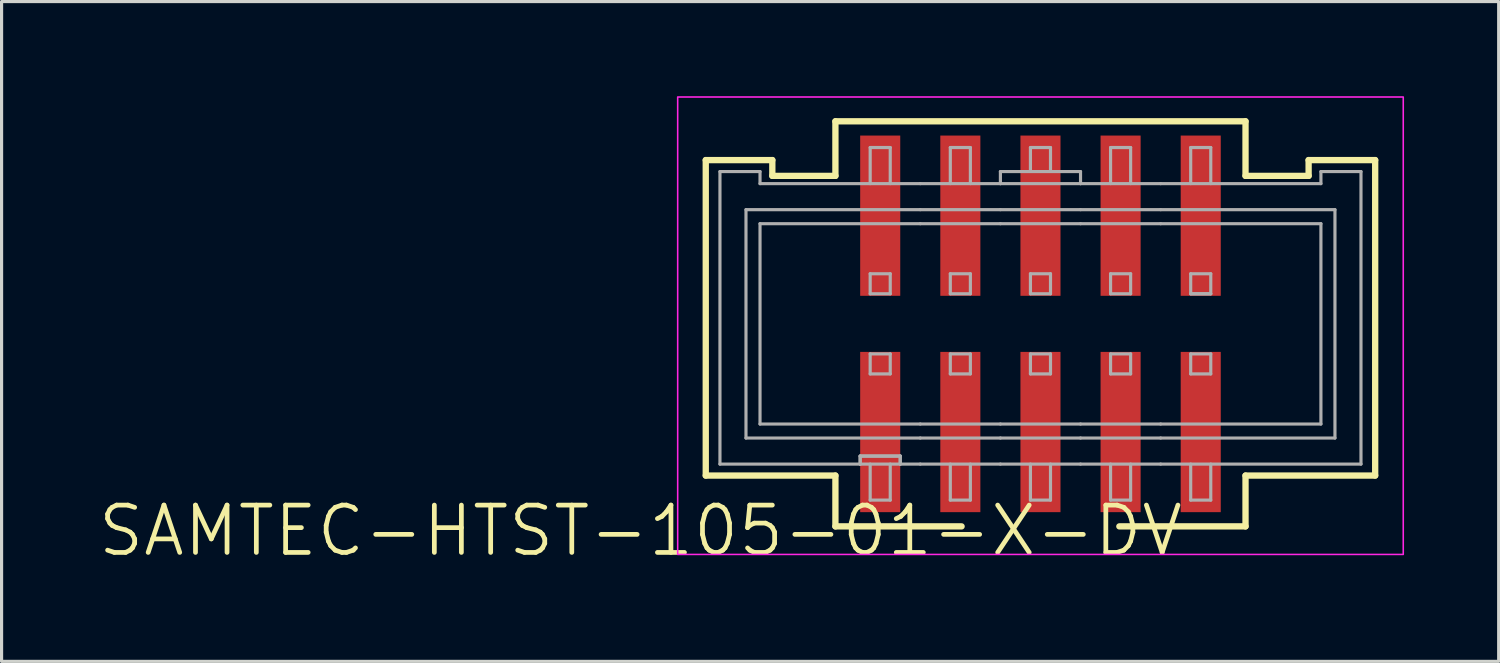
<source format=kicad_pcb>
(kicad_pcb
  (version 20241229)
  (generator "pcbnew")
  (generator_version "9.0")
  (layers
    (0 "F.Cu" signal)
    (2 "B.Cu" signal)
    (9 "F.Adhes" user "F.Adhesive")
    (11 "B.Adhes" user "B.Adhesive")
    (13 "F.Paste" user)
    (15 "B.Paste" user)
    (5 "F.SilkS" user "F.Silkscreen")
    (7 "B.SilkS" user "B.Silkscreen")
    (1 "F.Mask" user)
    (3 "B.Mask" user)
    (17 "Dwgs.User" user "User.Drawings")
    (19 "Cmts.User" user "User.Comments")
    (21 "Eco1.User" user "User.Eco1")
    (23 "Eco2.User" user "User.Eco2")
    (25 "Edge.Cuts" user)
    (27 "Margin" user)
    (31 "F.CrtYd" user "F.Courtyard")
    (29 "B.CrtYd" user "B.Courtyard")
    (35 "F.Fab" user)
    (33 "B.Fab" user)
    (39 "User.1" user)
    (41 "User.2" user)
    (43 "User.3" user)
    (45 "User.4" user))
  (footprint "SAMTEC-HTST-105-01-X-DV"
    (layer "F.Cu")
    (at 29.932 7.025)
    (property "Reference" "SAMTEC-HTST-105-01-X-DV" (at -12.678 6.75 0) (layer "F.SilkS") (effects (font (size 1.5 1.5) (thickness 0.15))))
    (attr smd)
    (fp_poly (pts (xy -5.766 -5.829) (xy -4.394 -5.829) (xy -4.394 -0.647) (xy -5.766 -0.647)) (stroke (width 0.01) (type solid)) (fill yes) (layer "F.Mask"))
    (fp_poly (pts (xy -5.766 1.029) (xy -4.394 1.029) (xy -4.394 6.211) (xy -5.766 6.211)) (stroke (width 0.01) (type solid)) (fill yes) (layer "F.Mask"))
    (fp_poly (pts (xy -3.226 -5.829) (xy -1.854 -5.829) (xy -1.854 -0.647) (xy -3.226 -0.647)) (stroke (width 0.01) (type solid)) (fill yes) (layer "F.Mask"))
    (fp_poly (pts (xy -3.226 1.029) (xy -1.854 1.029) (xy -1.854 6.211) (xy -3.226 6.211)) (stroke (width 0.01) (type solid)) (fill yes) (layer "F.Mask"))
    (fp_poly (pts (xy -0.686 -5.829) (xy 0.686 -5.829) (xy 0.686 -0.647) (xy -0.686 -0.647)) (stroke (width 0.01) (type solid)) (fill yes) (layer "F.Mask"))
    (fp_poly (pts (xy -0.686 1.029) (xy 0.686 1.029) (xy 0.686 6.211) (xy -0.686 6.211)) (stroke (width 0.01) (type solid)) (fill yes) (layer "F.Mask"))
    (fp_poly (pts (xy 1.854 -5.829) (xy 3.226 -5.829) (xy 3.226 -0.647) (xy 1.854 -0.647)) (stroke (width 0.01) (type solid)) (fill yes) (layer "F.Mask"))
    (fp_poly (pts (xy 1.854 1.029) (xy 3.226 1.029) (xy 3.226 6.211) (xy 1.854 6.211)) (stroke (width 0.01) (type solid)) (fill yes) (layer "F.Mask"))
    (fp_poly (pts (xy 4.394 -5.829) (xy 5.766 -5.829) (xy 5.766 -0.647) (xy 4.394 -0.647)) (stroke (width 0.01) (type solid)) (fill yes) (layer "F.Mask"))
    (fp_poly (pts (xy 4.394 1.029) (xy 5.766 1.029) (xy 5.766 6.211) (xy 4.394 6.211)) (stroke (width 0.01) (type solid)) (fill yes) (layer "F.Mask"))
    (fp_line (start -10.61 -5) (end -10.61 5) (stroke (width 0.2) (type solid)) (layer "F.SilkS"))
    (fp_line (start -10.61 -5) (end -8.5 -5) (stroke (width 0.2) (type solid)) (layer "F.SilkS"))
    (fp_line (start -10.61 5) (end -6.5 5) (stroke (width 0.2) (type solid)) (layer "F.SilkS"))
    (fp_line (start -8.5 -4.5) (end -8.5 -5) (stroke (width 0.2) (type solid)) (layer "F.SilkS"))
    (fp_line (start -8.5 -4.5) (end -6.5 -4.5) (stroke (width 0.2) (type solid)) (layer "F.SilkS"))
    (fp_line (start -6.5 -4.5) (end -6.5 -6.23) (stroke (width 0.2) (type solid)) (layer "F.SilkS"))
    (fp_line (start -6.5 6.611) (end -6.5 5) (stroke (width 0.2) (type solid)) (layer "F.SilkS"))
    (fp_line (start -6.5 6.611) (end -2.5 6.611) (stroke (width 0.2) (type solid)) (layer "F.SilkS"))
    (fp_line (start 2.5 6.611) (end 6.5 6.611) (stroke (width 0.2) (type solid)) (layer "F.SilkS"))
    (fp_line (start 6.5 -6.23) (end -6.5 -6.23) (stroke (width 0.2) (type solid)) (layer "F.SilkS"))
    (fp_line (start 6.5 -4.5) (end 6.5 -6.23) (stroke (width 0.2) (type solid)) (layer "F.SilkS"))
    (fp_line (start 6.5 -4.5) (end 8.5 -4.5) (stroke (width 0.2) (type solid)) (layer "F.SilkS"))
    (fp_line (start 6.5 5) (end 10.61 5) (stroke (width 0.2) (type solid)) (layer "F.SilkS"))
    (fp_line (start 6.5 6.611) (end 6.5 5) (stroke (width 0.2) (type solid)) (layer "F.SilkS"))
    (fp_line (start 8.5 -5) (end 10.61 -5) (stroke (width 0.2) (type solid)) (layer "F.SilkS"))
    (fp_line (start 8.5 -4.5) (end 8.5 -5) (stroke (width 0.2) (type solid)) (layer "F.SilkS"))
    (fp_line (start 10.61 5) (end 10.61 -5) (stroke (width 0.2) (type solid)) (layer "F.SilkS"))
    (fp_poly (pts (xy -5.715 -5.778) (xy -4.445 -5.778) (xy -4.445 -0.698) (xy -5.715 -0.698)) (stroke (width 0.01) (type solid)) (fill yes) (layer "F.Paste"))
    (fp_poly (pts (xy -5.715 1.08) (xy -4.445 1.08) (xy -4.445 6.16) (xy -5.715 6.16)) (stroke (width 0.01) (type solid)) (fill yes) (layer "F.Paste"))
    (fp_poly (pts (xy -3.175 -5.778) (xy -1.905 -5.778) (xy -1.905 -0.698) (xy -3.175 -0.698)) (stroke (width 0.01) (type solid)) (fill yes) (layer "F.Paste"))
    (fp_poly (pts (xy -3.175 1.08) (xy -1.905 1.08) (xy -1.905 6.16) (xy -3.175 6.16)) (stroke (width 0.01) (type solid)) (fill yes) (layer "F.Paste"))
    (fp_poly (pts (xy -0.635 -5.778) (xy 0.635 -5.778) (xy 0.635 -0.698) (xy -0.635 -0.698)) (stroke (width 0.01) (type solid)) (fill yes) (layer "F.Paste"))
    (fp_poly (pts (xy -0.635 1.08) (xy 0.635 1.08) (xy 0.635 6.16) (xy -0.635 6.16)) (stroke (width 0.01) (type solid)) (fill yes) (layer "F.Paste"))
    (fp_poly (pts (xy 1.905 -5.778) (xy 3.175 -5.778) (xy 3.175 -0.698) (xy 1.905 -0.698)) (stroke (width 0.01) (type solid)) (fill yes) (layer "F.Paste"))
    (fp_poly (pts (xy 1.905 1.08) (xy 3.175 1.08) (xy 3.175 6.16) (xy 1.905 6.16)) (stroke (width 0.01) (type solid)) (fill yes) (layer "F.Paste"))
    (fp_poly (pts (xy 4.445 -5.778) (xy 5.715 -5.778) (xy 5.715 -0.698) (xy 4.445 -0.698)) (stroke (width 0.01) (type solid)) (fill yes) (layer "F.Paste"))
    (fp_poly (pts (xy 4.445 1.08) (xy 5.715 1.08) (xy 5.715 6.16) (xy 4.445 6.16)) (stroke (width 0.01) (type solid)) (fill yes) (layer "F.Paste"))
    (fp_rect (start -11.5 -7) (end 11.5 7.5) (stroke (width 0.05) (type default)) (fill no) (layer "F.CrtYd"))
    (fp_line (start -10.16 -4.636) (end -10.16 4.636) (stroke (width 0.1) (type solid)) (layer "F.Fab"))
    (fp_line (start -9.335 -3.429) (end -9.335 3.81) (stroke (width 0.1) (type solid)) (layer "F.Fab"))
    (fp_line (start -9.335 3.81) (end -3.81 3.81) (stroke (width 0.1) (type solid)) (layer "F.Fab"))
    (fp_line (start -8.89 -4.636) (end -10.16 -4.636) (stroke (width 0.1) (type solid)) (layer "F.Fab"))
    (fp_line (start -8.89 -4.254) (end -8.89 -4.636) (stroke (width 0.1) (type solid)) (layer "F.Fab"))
    (fp_line (start -8.89 -2.984) (end -8.89 3.366) (stroke (width 0.1) (type solid)) (layer "F.Fab"))
    (fp_line (start -8.89 3.366) (end -3.81 3.366) (stroke (width 0.1) (type solid)) (layer "F.Fab"))
    (fp_line (start -5.715 4.382) (end -5.715 4.636) (stroke (width 0.1) (type solid)) (layer "F.Fab"))
    (fp_line (start -5.715 4.382) (end -5.715 4.636) (stroke (width 0.1) (type solid)) (layer "F.Fab"))
    (fp_line (start -5.715 4.636) (end -10.16 4.636) (stroke (width 0.1) (type solid)) (layer "F.Fab"))
    (fp_line (start -5.398 -5.398) (end -4.762 -5.398) (stroke (width 0.1) (type solid)) (layer "F.Fab"))
    (fp_line (start -5.398 -4.254) (end -5.398 -5.398) (stroke (width 0.1) (type solid)) (layer "F.Fab"))
    (fp_line (start -5.398 -1.397) (end -5.398 -0.762) (stroke (width 0.1) (type solid)) (layer "F.Fab"))
    (fp_line (start -5.398 1.143) (end -5.398 1.778) (stroke (width 0.1) (type solid)) (layer "F.Fab"))
    (fp_line (start -5.398 4.636) (end -5.398 5.778) (stroke (width 0.1) (type solid)) (layer "F.Fab"))
    (fp_line (start -5.398 5.778) (end -4.762 5.778) (stroke (width 0.1) (type solid)) (layer "F.Fab"))
    (fp_line (start -4.762 -5.398) (end -4.762 -4.254) (stroke (width 0.1) (type solid)) (layer "F.Fab"))
    (fp_line (start -4.762 -1.397) (end -5.398 -1.397) (stroke (width 0.1) (type solid)) (layer "F.Fab"))
    (fp_line (start -4.762 -1.397) (end -4.762 -0.762) (stroke (width 0.1) (type solid)) (layer "F.Fab"))
    (fp_line (start -4.762 -0.762) (end -5.398 -0.762) (stroke (width 0.1) (type solid)) (layer "F.Fab"))
    (fp_line (start -4.762 1.143) (end -5.398 1.143) (stroke (width 0.1) (type solid)) (layer "F.Fab"))
    (fp_line (start -4.762 1.143) (end -4.762 1.778) (stroke (width 0.1) (type solid)) (layer "F.Fab"))
    (fp_line (start -4.762 1.778) (end -5.398 1.778) (stroke (width 0.1) (type solid)) (layer "F.Fab"))
    (fp_line (start -4.762 5.778) (end -4.762 4.636) (stroke (width 0.1) (type solid)) (layer "F.Fab"))
    (fp_line (start -4.445 4.382) (end -5.715 4.382) (stroke (width 0.1) (type solid)) (layer "F.Fab"))
    (fp_line (start -4.445 4.382) (end -5.715 4.382) (stroke (width 0.1) (type solid)) (layer "F.Fab"))
    (fp_line (start -4.445 4.382) (end -4.445 4.636) (stroke (width 0.1) (type solid)) (layer "F.Fab"))
    (fp_line (start -4.445 4.382) (end -4.445 4.636) (stroke (width 0.1) (type solid)) (layer "F.Fab"))
    (fp_line (start -4.445 4.636) (end -5.715 4.636) (stroke (width 0.1) (type solid)) (layer "F.Fab"))
    (fp_line (start -3.81 -4.254) (end -8.89 -4.254) (stroke (width 0.1) (type solid)) (layer "F.Fab"))
    (fp_line (start -3.81 -3.429) (end -9.335 -3.429) (stroke (width 0.1) (type solid)) (layer "F.Fab"))
    (fp_line (start -3.81 -2.984) (end -8.89 -2.984) (stroke (width 0.1) (type solid)) (layer "F.Fab"))
    (fp_line (start -3.81 3.366) (end -1.27 3.366) (stroke (width 0.1) (type solid)) (layer "F.Fab"))
    (fp_line (start -3.81 3.81) (end -1.27 3.81) (stroke (width 0.1) (type solid)) (layer "F.Fab"))
    (fp_line (start -3.81 4.636) (end -4.445 4.636) (stroke (width 0.1) (type solid)) (layer "F.Fab"))
    (fp_line (start -2.858 -5.398) (end -2.222 -5.398) (stroke (width 0.1) (type solid)) (layer "F.Fab"))
    (fp_line (start -2.858 -4.254) (end -2.858 -5.398) (stroke (width 0.1) (type solid)) (layer "F.Fab"))
    (fp_line (start -2.858 -0.762) (end -2.858 -1.397) (stroke (width 0.1) (type solid)) (layer "F.Fab"))
    (fp_line (start -2.858 1.778) (end -2.858 1.143) (stroke (width 0.1) (type solid)) (layer "F.Fab"))
    (fp_line (start -2.858 4.636) (end -2.858 5.778) (stroke (width 0.1) (type solid)) (layer "F.Fab"))
    (fp_line (start -2.858 5.778) (end -2.222 5.778) (stroke (width 0.1) (type solid)) (layer "F.Fab"))
    (fp_line (start -2.222 -5.398) (end -2.222 -4.254) (stroke (width 0.1) (type solid)) (layer "F.Fab"))
    (fp_line (start -2.222 -1.397) (end -2.858 -1.397) (stroke (width 0.1) (type solid)) (layer "F.Fab"))
    (fp_line (start -2.222 -1.397) (end -2.222 -0.762) (stroke (width 0.1) (type solid)) (layer "F.Fab"))
    (fp_line (start -2.222 -0.762) (end -2.858 -0.762) (stroke (width 0.1) (type solid)) (layer "F.Fab"))
    (fp_line (start -2.222 1.143) (end -2.858 1.143) (stroke (width 0.1) (type solid)) (layer "F.Fab"))
    (fp_line (start -2.222 1.143) (end -2.222 1.778) (stroke (width 0.1) (type solid)) (layer "F.Fab"))
    (fp_line (start -2.222 1.778) (end -2.858 1.778) (stroke (width 0.1) (type solid)) (layer "F.Fab"))
    (fp_line (start -2.222 5.778) (end -2.222 4.636) (stroke (width 0.1) (type solid)) (layer "F.Fab"))
    (fp_line (start -1.27 -4.636) (end -1.27 -4.254) (stroke (width 0.1) (type solid)) (layer "F.Fab"))
    (fp_line (start -1.27 -4.254) (end -3.81 -4.254) (stroke (width 0.1) (type solid)) (layer "F.Fab"))
    (fp_line (start -1.27 -3.429) (end -3.81 -3.429) (stroke (width 0.1) (type solid)) (layer "F.Fab"))
    (fp_line (start -1.27 -2.984) (end -3.81 -2.984) (stroke (width 0.1) (type solid)) (layer "F.Fab"))
    (fp_line (start -1.27 3.366) (end 1.27 3.366) (stroke (width 0.1) (type solid)) (layer "F.Fab"))
    (fp_line (start -1.27 3.81) (end 1.27 3.81) (stroke (width 0.1) (type solid)) (layer "F.Fab"))
    (fp_line (start -1.27 4.636) (end -3.81 4.636) (stroke (width 0.1) (type solid)) (layer "F.Fab"))
    (fp_line (start -0.318 -5.398) (end 0.318 -5.398) (stroke (width 0.1) (type solid)) (layer "F.Fab"))
    (fp_line (start -0.318 -4.686) (end -0.318 -5.398) (stroke (width 0.1) (type solid)) (layer "F.Fab"))
    (fp_line (start -0.318 -0.762) (end -0.318 -1.397) (stroke (width 0.1) (type solid)) (layer "F.Fab"))
    (fp_line (start -0.318 1.778) (end -0.318 1.143) (stroke (width 0.1) (type solid)) (layer "F.Fab"))
    (fp_line (start -0.318 4.636) (end -0.318 5.778) (stroke (width 0.1) (type solid)) (layer "F.Fab"))
    (fp_line (start -0.318 5.778) (end 0.318 5.778) (stroke (width 0.1) (type solid)) (layer "F.Fab"))
    (fp_line (start 0.318 -5.398) (end 0.318 -4.662) (stroke (width 0.1) (type solid)) (layer "F.Fab"))
    (fp_line (start 0.318 -1.397) (end -0.318 -1.397) (stroke (width 0.1) (type solid)) (layer "F.Fab"))
    (fp_line (start 0.318 -1.397) (end 0.318 -0.762) (stroke (width 0.1) (type solid)) (layer "F.Fab"))
    (fp_line (start 0.318 -0.762) (end -0.318 -0.762) (stroke (width 0.1) (type solid)) (layer "F.Fab"))
    (fp_line (start 0.318 1.143) (end -0.318 1.143) (stroke (width 0.1) (type solid)) (layer "F.Fab"))
    (fp_line (start 0.318 1.143) (end 0.318 1.778) (stroke (width 0.1) (type solid)) (layer "F.Fab"))
    (fp_line (start 0.318 1.778) (end -0.318 1.778) (stroke (width 0.1) (type solid)) (layer "F.Fab"))
    (fp_line (start 0.318 5.778) (end 0.318 4.636) (stroke (width 0.1) (type solid)) (layer "F.Fab"))
    (fp_line (start 1.27 -4.636) (end -1.27 -4.636) (stroke (width 0.1) (type solid)) (layer "F.Fab"))
    (fp_line (start 1.27 -4.254) (end -1.27 -4.254) (stroke (width 0.1) (type solid)) (layer "F.Fab"))
    (fp_line (start 1.27 -4.254) (end 1.27 -4.636) (stroke (width 0.1) (type solid)) (layer "F.Fab"))
    (fp_line (start 1.27 -3.429) (end -1.27 -3.429) (stroke (width 0.1) (type solid)) (layer "F.Fab"))
    (fp_line (start 1.27 -2.984) (end -1.27 -2.984) (stroke (width 0.1) (type solid)) (layer "F.Fab"))
    (fp_line (start 1.27 3.366) (end 3.81 3.366) (stroke (width 0.1) (type solid)) (layer "F.Fab"))
    (fp_line (start 1.27 3.81) (end 3.81 3.81) (stroke (width 0.1) (type solid)) (layer "F.Fab"))
    (fp_line (start 1.27 4.636) (end -1.27 4.636) (stroke (width 0.1) (type solid)) (layer "F.Fab"))
    (fp_line (start 2.222 -5.398) (end 2.858 -5.398) (stroke (width 0.1) (type solid)) (layer "F.Fab"))
    (fp_line (start 2.222 -4.254) (end 2.222 -5.398) (stroke (width 0.1) (type solid)) (layer "F.Fab"))
    (fp_line (start 2.222 -0.762) (end 2.222 -1.397) (stroke (width 0.1) (type solid)) (layer "F.Fab"))
    (fp_line (start 2.222 1.778) (end 2.222 1.143) (stroke (width 0.1) (type solid)) (layer "F.Fab"))
    (fp_line (start 2.222 4.636) (end 2.222 5.778) (stroke (width 0.1) (type solid)) (layer "F.Fab"))
    (fp_line (start 2.222 5.778) (end 2.858 5.778) (stroke (width 0.1) (type solid)) (layer "F.Fab"))
    (fp_line (start 2.858 -5.398) (end 2.858 -4.254) (stroke (width 0.1) (type solid)) (layer "F.Fab"))
    (fp_line (start 2.858 -1.397) (end 2.222 -1.397) (stroke (width 0.1) (type solid)) (layer "F.Fab"))
    (fp_line (start 2.858 -1.397) (end 2.858 -0.762) (stroke (width 0.1) (type solid)) (layer "F.Fab"))
    (fp_line (start 2.858 -0.762) (end 2.222 -0.762) (stroke (width 0.1) (type solid)) (layer "F.Fab"))
    (fp_line (start 2.858 1.143) (end 2.222 1.143) (stroke (width 0.1) (type solid)) (layer "F.Fab"))
    (fp_line (start 2.858 1.143) (end 2.858 1.778) (stroke (width 0.1) (type solid)) (layer "F.Fab"))
    (fp_line (start 2.858 1.778) (end 2.222 1.778) (stroke (width 0.1) (type solid)) (layer "F.Fab"))
    (fp_line (start 2.858 5.778) (end 2.858 4.636) (stroke (width 0.1) (type solid)) (layer "F.Fab"))
    (fp_line (start 3.81 -4.254) (end 1.27 -4.254) (stroke (width 0.1) (type solid)) (layer "F.Fab"))
    (fp_line (start 3.81 -3.429) (end 1.27 -3.429) (stroke (width 0.1) (type solid)) (layer "F.Fab"))
    (fp_line (start 3.81 -2.984) (end 1.27 -2.984) (stroke (width 0.1) (type solid)) (layer "F.Fab"))
    (fp_line (start 3.81 3.366) (end 8.89 3.366) (stroke (width 0.1) (type solid)) (layer "F.Fab"))
    (fp_line (start 3.81 3.81) (end 9.335 3.81) (stroke (width 0.1) (type solid)) (layer "F.Fab"))
    (fp_line (start 3.81 4.636) (end 1.27 4.636) (stroke (width 0.1) (type solid)) (layer "F.Fab"))
    (fp_line (start 4.762 -5.398) (end 5.398 -5.398) (stroke (width 0.1) (type solid)) (layer "F.Fab"))
    (fp_line (start 4.762 -4.254) (end 4.762 -5.398) (stroke (width 0.1) (type solid)) (layer "F.Fab"))
    (fp_line (start 4.762 -0.762) (end 4.762 -1.397) (stroke (width 0.1) (type solid)) (layer "F.Fab"))
    (fp_line (start 4.762 -0.762) (end 5.398 -0.762) (stroke (width 0.1) (type solid)) (layer "F.Fab"))
    (fp_line (start 4.762 1.778) (end 4.762 1.143) (stroke (width 0.1) (type solid)) (layer "F.Fab"))
    (fp_line (start 4.762 4.636) (end 4.762 5.778) (stroke (width 0.1) (type solid)) (layer "F.Fab"))
    (fp_line (start 4.762 5.778) (end 5.398 5.778) (stroke (width 0.1) (type solid)) (layer "F.Fab"))
    (fp_line (start 5.398 -5.398) (end 5.398 -4.254) (stroke (width 0.1) (type solid)) (layer "F.Fab"))
    (fp_line (start 5.398 -1.397) (end 4.762 -1.397) (stroke (width 0.1) (type solid)) (layer "F.Fab"))
    (fp_line (start 5.398 -1.397) (end 5.398 -0.762) (stroke (width 0.1) (type solid)) (layer "F.Fab"))
    (fp_line (start 5.398 -0.762) (end 4.762 -0.762) (stroke (width 0.1) (type solid)) (layer "F.Fab"))
    (fp_line (start 5.398 1.143) (end 4.762 1.143) (stroke (width 0.1) (type solid)) (layer "F.Fab"))
    (fp_line (start 5.398 1.143) (end 5.398 1.778) (stroke (width 0.1) (type solid)) (layer "F.Fab"))
    (fp_line (start 5.398 1.778) (end 4.762 1.778) (stroke (width 0.1) (type solid)) (layer "F.Fab"))
    (fp_line (start 5.398 5.778) (end 5.398 4.636) (stroke (width 0.1) (type solid)) (layer "F.Fab"))
    (fp_line (start 8.89 -4.636) (end 8.89 -4.254) (stroke (width 0.1) (type solid)) (layer "F.Fab"))
    (fp_line (start 8.89 -4.254) (end 3.81 -4.254) (stroke (width 0.1) (type solid)) (layer "F.Fab"))
    (fp_line (start 8.89 -2.984) (end 3.81 -2.984) (stroke (width 0.1) (type solid)) (layer "F.Fab"))
    (fp_line (start 8.89 3.366) (end 8.89 -2.984) (stroke (width 0.1) (type solid)) (layer "F.Fab"))
    (fp_line (start 9.335 -3.429) (end 3.81 -3.429) (stroke (width 0.1) (type solid)) (layer "F.Fab"))
    (fp_line (start 9.335 3.81) (end 9.335 -3.429) (stroke (width 0.1) (type solid)) (layer "F.Fab"))
    (fp_line (start 10.16 -4.636) (end 8.89 -4.636) (stroke (width 0.1) (type solid)) (layer "F.Fab"))
    (fp_line (start 10.16 -4.636) (end 10.16 4.636) (stroke (width 0.1) (type solid)) (layer "F.Fab"))
    (fp_line (start 10.16 4.636) (end 3.81 4.636) (stroke (width 0.1) (type solid)) (layer "F.Fab"))
    (pad "1" smd rect (at -5.08 3.62) (size 1.27 5.08) (layers "F.Cu" "F.Paste"))
    (pad "2" smd rect (at -5.08 -3.238) (size 1.27 5.08) (layers "F.Cu" "F.Paste"))
    (pad "3" smd rect (at -2.54 3.62) (size 1.27 5.08) (layers "F.Cu" "F.Paste"))
    (pad "4" smd rect (at -2.54 -3.238) (size 1.27 5.08) (layers "F.Cu" "F.Paste"))
    (pad "5" smd rect (at 0 3.62) (size 1.27 5.08) (layers "F.Cu" "F.Paste"))
    (pad "6" smd rect (at 0 -3.238) (size 1.27 5.08) (layers "F.Cu" "F.Paste"))
    (pad "7" smd rect (at 2.54 3.62) (size 1.27 5.08) (layers "F.Cu" "F.Paste"))
    (pad "8" smd rect (at 2.54 -3.238) (size 1.27 5.08) (layers "F.Cu" "F.Paste"))
    (pad "9" smd rect (at 5.08 3.62) (size 1.27 5.08) (layers "F.Cu" "F.Paste"))
    (pad "10" smd rect (at 5.08 -3.238) (size 1.27 5.08) (layers "F.Cu" "F.Paste")))
  (gr_rect
    (start -3 -3)
    (end 44.457 17.915)
    (stroke (width 0.1) (type default))
    (fill no)
    (layer "Edge.Cuts")))
</source>
